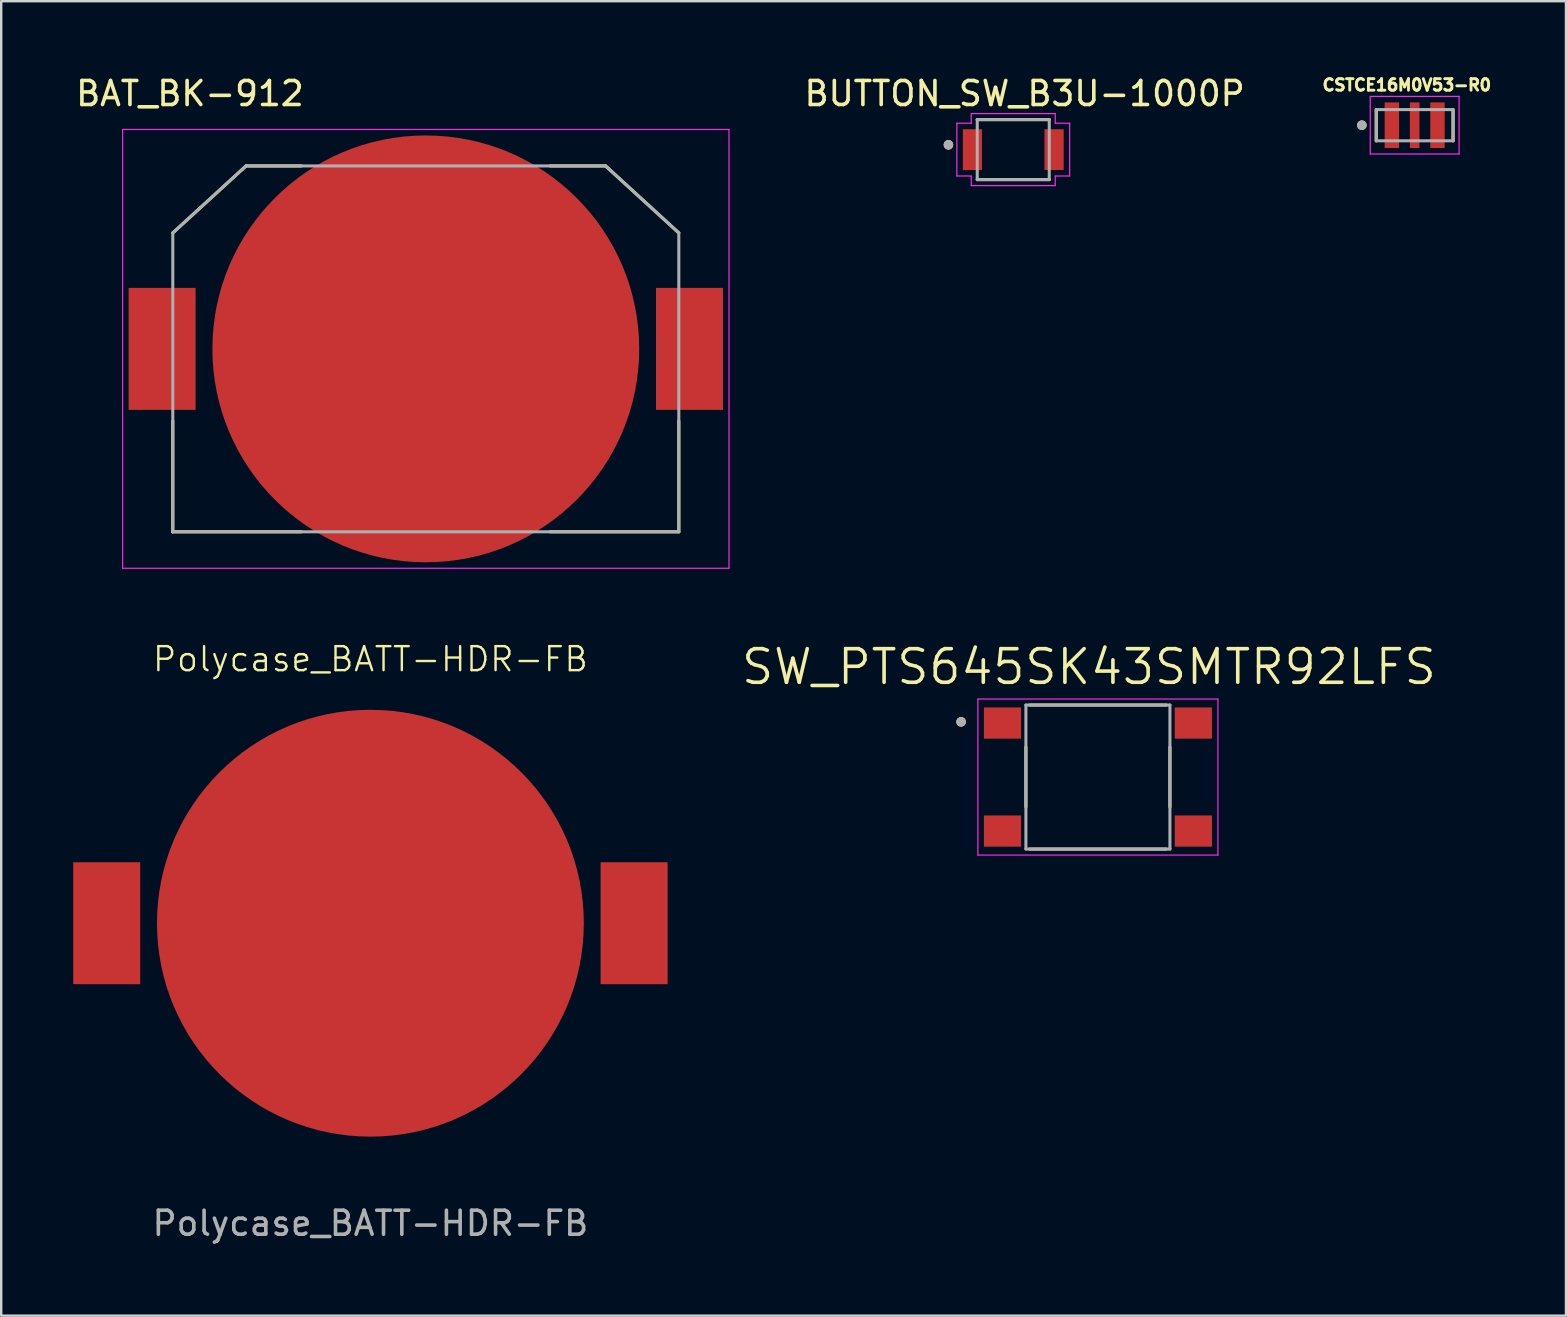
<source format=kicad_pcb>
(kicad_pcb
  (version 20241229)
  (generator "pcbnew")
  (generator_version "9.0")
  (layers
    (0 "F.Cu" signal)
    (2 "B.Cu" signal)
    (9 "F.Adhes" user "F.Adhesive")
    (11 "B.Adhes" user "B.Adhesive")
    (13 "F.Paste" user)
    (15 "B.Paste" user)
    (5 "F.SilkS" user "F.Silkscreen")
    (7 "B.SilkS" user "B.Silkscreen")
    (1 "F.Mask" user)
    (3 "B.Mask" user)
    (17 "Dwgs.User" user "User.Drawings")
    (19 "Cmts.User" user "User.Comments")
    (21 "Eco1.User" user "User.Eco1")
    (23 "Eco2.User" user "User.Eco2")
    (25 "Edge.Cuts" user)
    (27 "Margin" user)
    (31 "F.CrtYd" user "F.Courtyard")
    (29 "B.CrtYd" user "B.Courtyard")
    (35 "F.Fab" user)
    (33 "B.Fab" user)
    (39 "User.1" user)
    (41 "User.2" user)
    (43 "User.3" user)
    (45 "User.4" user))
  (footprint "BUTTON_SW_B3U-1000P"
    (layer "F.Cu")
    (at 39.16 3.183)
    (property "Reference" "BUTTON_SW_B3U-1000P" (at 0.475 -2.335 0) (layer "F.SilkS") (effects (font (size 1 1) (thickness 0.15))))
    (attr smd)
    (fp_line (start -1.5 -1.25) (end 1.5 -1.25) (stroke (width 0.127) (type solid)) (layer "F.SilkS"))
    (fp_line (start -1.5 1.25) (end 1.5 1.25) (stroke (width 0.127) (type solid)) (layer "F.SilkS"))
    (fp_circle (center -2.7 -0.2) (end -2.6 -0.2) (stroke (width 0.2) (type solid)) (fill no) (layer "F.SilkS"))
    (fp_line (start -2.35 -1.1) (end -1.75 -1.1) (stroke (width 0.05) (type solid)) (layer "F.CrtYd"))
    (fp_line (start -2.35 1.1) (end -2.35 -1.1) (stroke (width 0.05) (type solid)) (layer "F.CrtYd"))
    (fp_line (start -1.75 -1.5) (end 1.75 -1.5) (stroke (width 0.05) (type solid)) (layer "F.CrtYd"))
    (fp_line (start -1.75 -1.1) (end -1.75 -1.5) (stroke (width 0.05) (type solid)) (layer "F.CrtYd"))
    (fp_line (start -1.75 1.1) (end -2.35 1.1) (stroke (width 0.05) (type solid)) (layer "F.CrtYd"))
    (fp_line (start -1.75 1.5) (end -1.75 1.1) (stroke (width 0.05) (type solid)) (layer "F.CrtYd"))
    (fp_line (start 1.75 -1.5) (end 1.75 -1.1) (stroke (width 0.05) (type solid)) (layer "F.CrtYd"))
    (fp_line (start 1.75 -1.1) (end 2.35 -1.1) (stroke (width 0.05) (type solid)) (layer "F.CrtYd"))
    (fp_line (start 1.75 1.1) (end 1.75 1.5) (stroke (width 0.05) (type solid)) (layer "F.CrtYd"))
    (fp_line (start 1.75 1.5) (end -1.75 1.5) (stroke (width 0.05) (type solid)) (layer "F.CrtYd"))
    (fp_line (start 2.35 -1.1) (end 2.35 1.1) (stroke (width 0.05) (type solid)) (layer "F.CrtYd"))
    (fp_line (start 2.35 1.1) (end 1.75 1.1) (stroke (width 0.05) (type solid)) (layer "F.CrtYd"))
    (fp_line (start -1.5 1.25) (end -1.5 -1.25) (stroke (width 0.127) (type solid)) (layer "F.Fab"))
    (fp_line (start 1.5 -1.25) (end -1.5 -1.25) (stroke (width 0.127) (type solid)) (layer "F.Fab"))
    (fp_line (start 1.5 -1.25) (end 1.5 1.25) (stroke (width 0.127) (type solid)) (layer "F.Fab"))
    (fp_line (start 1.5 1.25) (end -1.5 1.25) (stroke (width 0.127) (type solid)) (layer "F.Fab"))
    (fp_circle (center -2.7 -0.2) (end -2.6 -0.2) (stroke (width 0.2) (type solid)) (fill no) (layer "F.Fab"))
    (pad "1" smd rect (at -1.7 0) (size 0.8 1.7) (layers "F.Cu" "F.Mask" "F.Paste"))
    (pad "2" smd rect (at 1.7 0) (size 0.8 1.7) (layers "F.Cu" "F.Mask" "F.Paste")))
  (footprint "BAT_BK-912"
    (layer "F.Cu")
    (at 14.688 11.483)
    (property "Reference" "BAT_BK-912" (at -9.825 -10.635 0) (layer "F.SilkS") (effects (font (size 1 1) (thickness 0.15))))
    (attr smd)
    (fp_line (start -10.54 -4.83) (end -7.49 -7.62) (stroke (width 0.127) (type solid)) (layer "F.SilkS"))
    (fp_line (start -10.54 7.62) (end -10.54 3) (stroke (width 0.127) (type solid)) (layer "F.SilkS"))
    (fp_line (start -7.49 -7.62) (end -5.18 -7.62) (stroke (width 0.127) (type solid)) (layer "F.SilkS"))
    (fp_line (start -5.18 7.62) (end -10.54 7.62) (stroke (width 0.127) (type solid)) (layer "F.SilkS"))
    (fp_line (start 5.18 -7.62) (end 7.49 -7.62) (stroke (width 0.127) (type solid)) (layer "F.SilkS"))
    (fp_line (start 7.49 -7.62) (end 10.54 -4.83) (stroke (width 0.127) (type solid)) (layer "F.SilkS"))
    (fp_line (start 10.54 3) (end 10.54 7.62) (stroke (width 0.127) (type solid)) (layer "F.SilkS"))
    (fp_line (start 10.54 7.62) (end 5.18 7.62) (stroke (width 0.127) (type solid)) (layer "F.SilkS"))
    (fp_line (start -12.63 -9.14) (end 12.63 -9.14) (stroke (width 0.05) (type solid)) (layer "F.CrtYd"))
    (fp_line (start -12.63 9.14) (end -12.63 -9.14) (stroke (width 0.05) (type solid)) (layer "F.CrtYd"))
    (fp_line (start 12.63 -9.14) (end 12.63 9.14) (stroke (width 0.05) (type solid)) (layer "F.CrtYd"))
    (fp_line (start 12.63 9.14) (end -12.63 9.14) (stroke (width 0.05) (type solid)) (layer "F.CrtYd"))
    (fp_line (start -10.54 -4.83) (end -7.49 -7.62) (stroke (width 0.127) (type solid)) (layer "F.Fab"))
    (fp_line (start -10.54 7.62) (end -10.54 -4.83) (stroke (width 0.127) (type solid)) (layer "F.Fab"))
    (fp_line (start -7.49 -7.62) (end 7.49 -7.62) (stroke (width 0.127) (type solid)) (layer "F.Fab"))
    (fp_line (start 7.49 -7.62) (end 10.54 -4.83) (stroke (width 0.127) (type solid)) (layer "F.Fab"))
    (fp_line (start 10.54 -4.83) (end 10.54 7.62) (stroke (width 0.127) (type solid)) (layer "F.Fab"))
    (fp_line (start 10.54 7.62) (end -10.54 7.62) (stroke (width 0.127) (type solid)) (layer "F.Fab"))
    (pad "1" smd circle (at 0 0) (size 17.78 17.78) (layers "F.Cu" "F.Mask"))
    (pad "S1" smd rect (at -10.985 0) (size 2.79 5.08) (layers "F.Cu" "F.Mask" "F.Paste"))
    (pad "S2" smd rect (at 10.985 0) (size 2.79 5.08) (layers "F.Cu" "F.Mask" "F.Paste")))
  (footprint "CSTCE16M0V53-R0"
    (layer "F.Cu")
    (at 55.882 2.166)
    (property "Reference" "CSTCE16M0V53-R0" (at -0.326 -1.675 0) (layer "F.SilkS") (effects (font (size 0.48 0.48) (thickness 0.15))))
    (attr smd)
    (fp_line (start -1.6 0.65) (end -1.6 -0.65) (stroke (width 0.127) (type solid)) (layer "F.SilkS"))
    (fp_line (start 1.6 -0.65) (end 1.6 0.65) (stroke (width 0.127) (type solid)) (layer "F.SilkS"))
    (fp_circle (center -2.2 0) (end -2.1 0) (stroke (width 0.2) (type solid)) (fill no) (layer "F.SilkS"))
    (fp_line (start -1.85 -1.2) (end 1.85 -1.2) (stroke (width 0.05) (type solid)) (layer "F.CrtYd"))
    (fp_line (start -1.85 1.2) (end -1.85 -1.2) (stroke (width 0.05) (type solid)) (layer "F.CrtYd"))
    (fp_line (start 1.85 -1.2) (end 1.85 1.2) (stroke (width 0.05) (type solid)) (layer "F.CrtYd"))
    (fp_line (start 1.85 1.2) (end -1.85 1.2) (stroke (width 0.05) (type solid)) (layer "F.CrtYd"))
    (fp_line (start -1.6 -0.65) (end 1.6 -0.65) (stroke (width 0.127) (type solid)) (layer "F.Fab"))
    (fp_line (start -1.6 0.65) (end -1.6 -0.65) (stroke (width 0.127) (type solid)) (layer "F.Fab"))
    (fp_line (start 1.6 -0.65) (end 1.6 0.65) (stroke (width 0.127) (type solid)) (layer "F.Fab"))
    (fp_line (start 1.6 0.65) (end -1.6 0.65) (stroke (width 0.127) (type solid)) (layer "F.Fab"))
    (fp_circle (center -2.2 0) (end -2.1 0) (stroke (width 0.2) (type solid)) (fill no) (layer "F.Fab"))
    (pad "1" smd rect (at -0.95 0) (size 0.6 1.9) (layers "F.Cu" "F.Mask" "F.Paste"))
    (pad "2" smd rect (at 0 0) (size 0.4 1.9) (layers "F.Cu" "F.Mask" "F.Paste"))
    (pad "3" smd rect (at 0.95 0) (size 0.6 1.9) (layers "F.Cu" "F.Mask" "F.Paste")))
  (footprint "SW_PTS645SK43SMTR92LFS"
    (layer "F.Cu")
    (at 42.687 29.32)
    (property "Reference" "SW_PTS645SK43SMTR92LFS" (at -0.375 -4.589 0) (layer "F.SilkS") (effects (font (size 1.4 1.4) (thickness 0.15))))
    (attr smd)
    (fp_line (start -3 -1.25) (end -3 1.25) (stroke (width 0.127) (type solid)) (layer "F.SilkS"))
    (fp_line (start -2.85 -3) (end 2.85 -3) (stroke (width 0.127) (type solid)) (layer "F.SilkS"))
    (fp_line (start -2.85 3) (end 2.85 3) (stroke (width 0.127) (type solid)) (layer "F.SilkS"))
    (fp_line (start 3 -1.25) (end 3 1.25) (stroke (width 0.127) (type solid)) (layer "F.SilkS"))
    (fp_circle (center -5.7 -2.3) (end -5.6 -2.3) (stroke (width 0.2) (type solid)) (fill no) (layer "F.SilkS"))
    (fp_line (start -5 -3.25) (end 5 -3.25) (stroke (width 0.05) (type solid)) (layer "F.CrtYd"))
    (fp_line (start -5 3.25) (end -5 -3.25) (stroke (width 0.05) (type solid)) (layer "F.CrtYd"))
    (fp_line (start 5 -3.25) (end 5 3.25) (stroke (width 0.05) (type solid)) (layer "F.CrtYd"))
    (fp_line (start 5 3.25) (end -5 3.25) (stroke (width 0.05) (type solid)) (layer "F.CrtYd"))
    (fp_line (start -3 -3) (end 3 -3) (stroke (width 0.127) (type solid)) (layer "F.Fab"))
    (fp_line (start -3 3) (end -3 -3) (stroke (width 0.127) (type solid)) (layer "F.Fab"))
    (fp_line (start 3 -3) (end 3 3) (stroke (width 0.127) (type solid)) (layer "F.Fab"))
    (fp_line (start 3 3) (end -3 3) (stroke (width 0.127) (type solid)) (layer "F.Fab"))
    (fp_circle (center -5.7 -2.3) (end -5.6 -2.3) (stroke (width 0.2) (type solid)) (fill no) (layer "F.Fab"))
    (pad "1" smd rect (at -3.975 -2.25) (size 1.55 1.3) (layers "F.Cu" "F.Mask" "F.Paste"))
    (pad "2" smd rect (at 3.975 -2.25) (size 1.55 1.3) (layers "F.Cu" "F.Mask" "F.Paste"))
    (pad "3" smd rect (at -3.975 2.25) (size 1.55 1.3) (layers "F.Cu" "F.Mask" "F.Paste"))
    (pad "4" smd rect (at 3.975 2.25) (size 1.55 1.3) (layers "F.Cu" "F.Mask" "F.Paste")))
  (footprint "Polycase_BATT-HDR-FB"
    (layer "F.Cu")
    (at 12.38 35.409)
    (property "Reference" "Polycase_BATT-HDR-FB" (at 0 -11 0) (unlocked yes) (layer "F.SilkS") (effects (font (size 1 1) (thickness 0.1))))
    (attr smd)
    (fp_text user "${REFERENCE}" (at 0 12.5 0) (unlocked yes) (layer "F.Fab") (effects (font (size 1 1) (thickness 0.15))))
    (pad "1" smd circle (at 0 0) (size 17.78 17.78) (layers "F.Cu" "F.Mask" "F.Paste"))
    (pad "2" smd rect (at -10.985 0) (size 2.79 5.08) (layers "F.Cu" "F.Mask" "F.Paste"))
    (pad "2" smd rect (at 10.985 0) (size 2.79 5.08) (layers "F.Cu" "F.Mask" "F.Paste")))
  (gr_rect
    (start -3 -3)
    (end 62.185 51.757)
    (stroke (width 0.1) (type default))
    (fill no)
    (layer "Edge.Cuts")))
</source>
